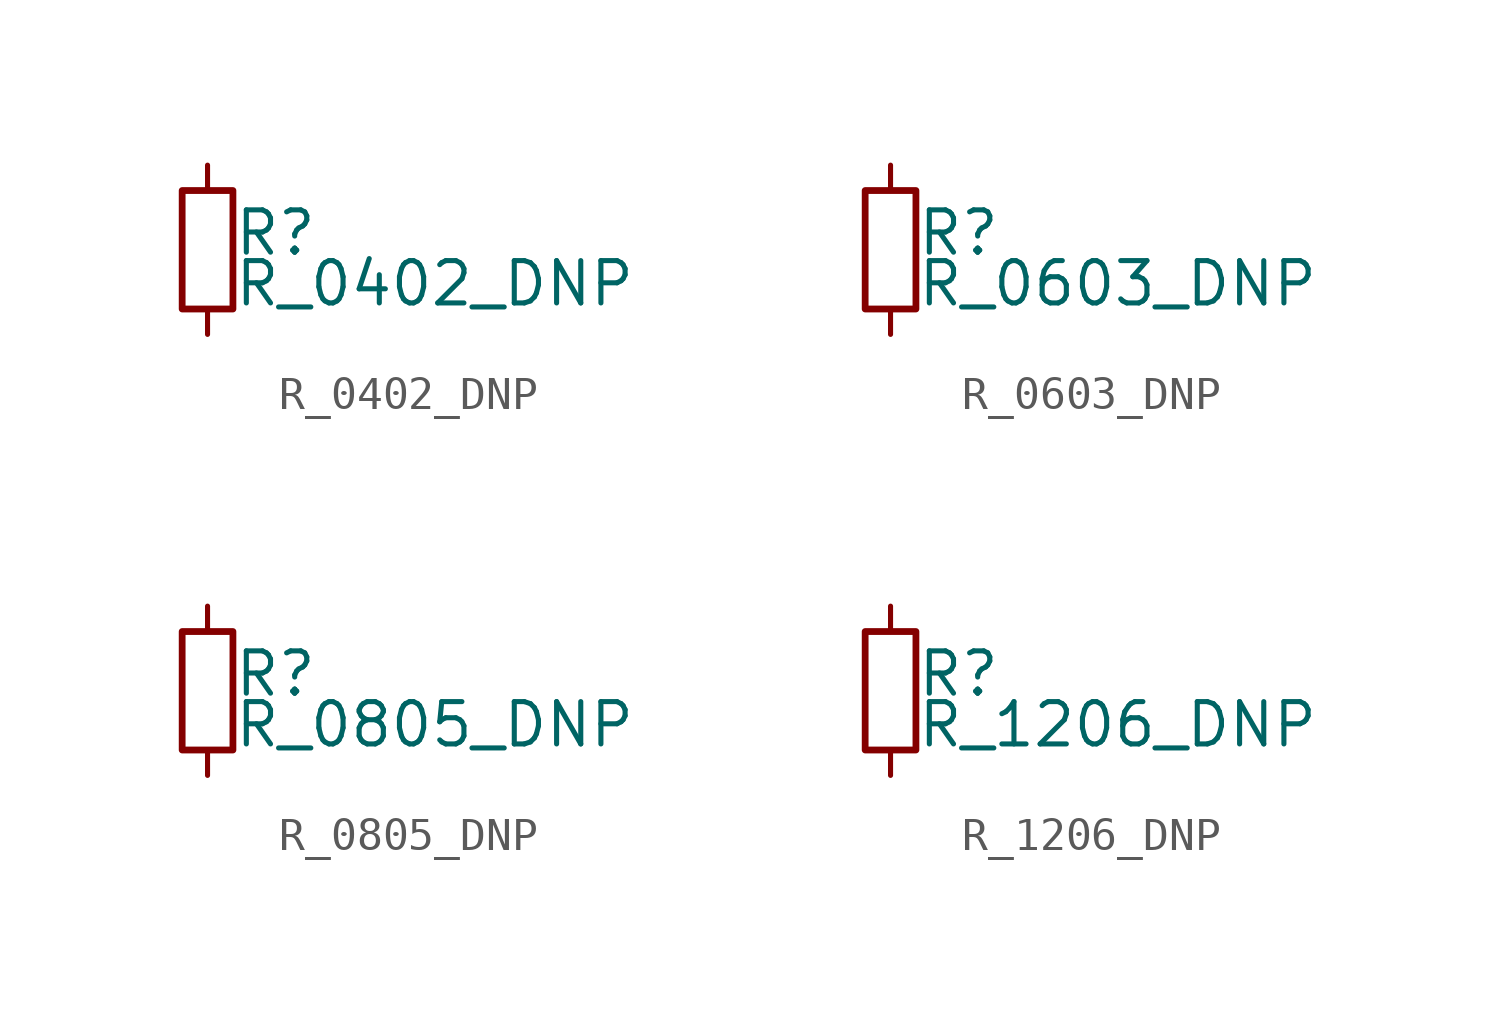
<source format=kicad_sym>
(kicad_symbol_lib
  (version 20211014)
  (generator lcsc_bomtool)
  (symbol "R_0402_DNP"
    (pin_numbers hide)
    (pin_names
      (offset 0.254) hide)
    (property "Reference" "R"
      (at 0.762 0.508 0)
      (effects (font (size 1.27 1.27)) (justify left)))
    (property "Value" "R_0402_DNP"
      (at 0.762 -1.016 0)
      (effects (font (size 1.27 1.27)) (justify left)))
    (symbol "R_0402_DNP_0_1"
      (rectangle (start -0.762 1.778) (end 0.762 -1.778) (stroke (width 0.203) (type default) (color 0 0 0 0)) (fill (type none))))
    (symbol "R_0402_DNP_1_1"
      (pin passive line (at 0 2.54 270) (length 0.762) (name "~" (effects (font (size 1.27 1.27)))) (number "1" (effects (font (size 1.27 1.27)))))
      (pin passive line (at 0 -2.54 90) (length 0.762) (name "~" (effects (font (size 1.27 1.27)))) (number "2" (effects (font (size 1.27 1.27)))))))
  (symbol "R_0603_DNP"
    (pin_numbers hide)
    (pin_names
      (offset 0.254) hide)
    (property "Reference" "R"
      (at 0.762 0.508 0)
      (effects (font (size 1.27 1.27)) (justify left)))
    (property "Value" "R_0603_DNP"
      (at 0.762 -1.016 0)
      (effects (font (size 1.27 1.27)) (justify left)))
    (symbol "R_0603_DNP_0_1"
      (rectangle (start -0.762 1.778) (end 0.762 -1.778) (stroke (width 0.203) (type default) (color 0 0 0 0)) (fill (type none))))
    (symbol "R_0603_DNP_1_1"
      (pin passive line (at 0 2.54 270) (length 0.762) (name "~" (effects (font (size 1.27 1.27)))) (number "1" (effects (font (size 1.27 1.27)))))
      (pin passive line (at 0 -2.54 90) (length 0.762) (name "~" (effects (font (size 1.27 1.27)))) (number "2" (effects (font (size 1.27 1.27)))))))
  (symbol "R_0805_DNP"
    (pin_numbers hide)
    (pin_names
      (offset 0.254) hide)
    (property "Reference" "R"
      (at 0.762 0.508 0)
      (effects (font (size 1.27 1.27)) (justify left)))
    (property "Value" "R_0805_DNP"
      (at 0.762 -1.016 0)
      (effects (font (size 1.27 1.27)) (justify left)))
    (symbol "R_0805_DNP_0_1"
      (rectangle (start -0.762 1.778) (end 0.762 -1.778) (stroke (width 0.203) (type default) (color 0 0 0 0)) (fill (type none))))
    (symbol "R_0805_DNP_1_1"
      (pin passive line (at 0 2.54 270) (length 0.762) (name "~" (effects (font (size 1.27 1.27)))) (number "1" (effects (font (size 1.27 1.27)))))
      (pin passive line (at 0 -2.54 90) (length 0.762) (name "~" (effects (font (size 1.27 1.27)))) (number "2" (effects (font (size 1.27 1.27)))))))
  (symbol "R_1206_DNP"
    (pin_numbers hide)
    (pin_names
      (offset 0.254) hide)
    (property "Reference" "R"
      (at 0.762 0.508 0)
      (effects (font (size 1.27 1.27)) (justify left)))
    (property "Value" "R_1206_DNP"
      (at 0.762 -1.016 0)
      (effects (font (size 1.27 1.27)) (justify left)))
    (symbol "R_1206_DNP_0_1"
      (rectangle (start -0.762 1.778) (end 0.762 -1.778) (stroke (width 0.203) (type default) (color 0 0 0 0)) (fill (type none))))
    (symbol "R_1206_DNP_1_1"
      (pin passive line (at 0 2.54 270) (length 0.762) (name "~" (effects (font (size 1.27 1.27)))) (number "1" (effects (font (size 1.27 1.27)))))
      (pin passive line (at 0 -2.54 90) (length 0.762) (name "~" (effects (font (size 1.27 1.27)))) (number "2" (effects (font (size 1.27 1.27))))))))
</source>
